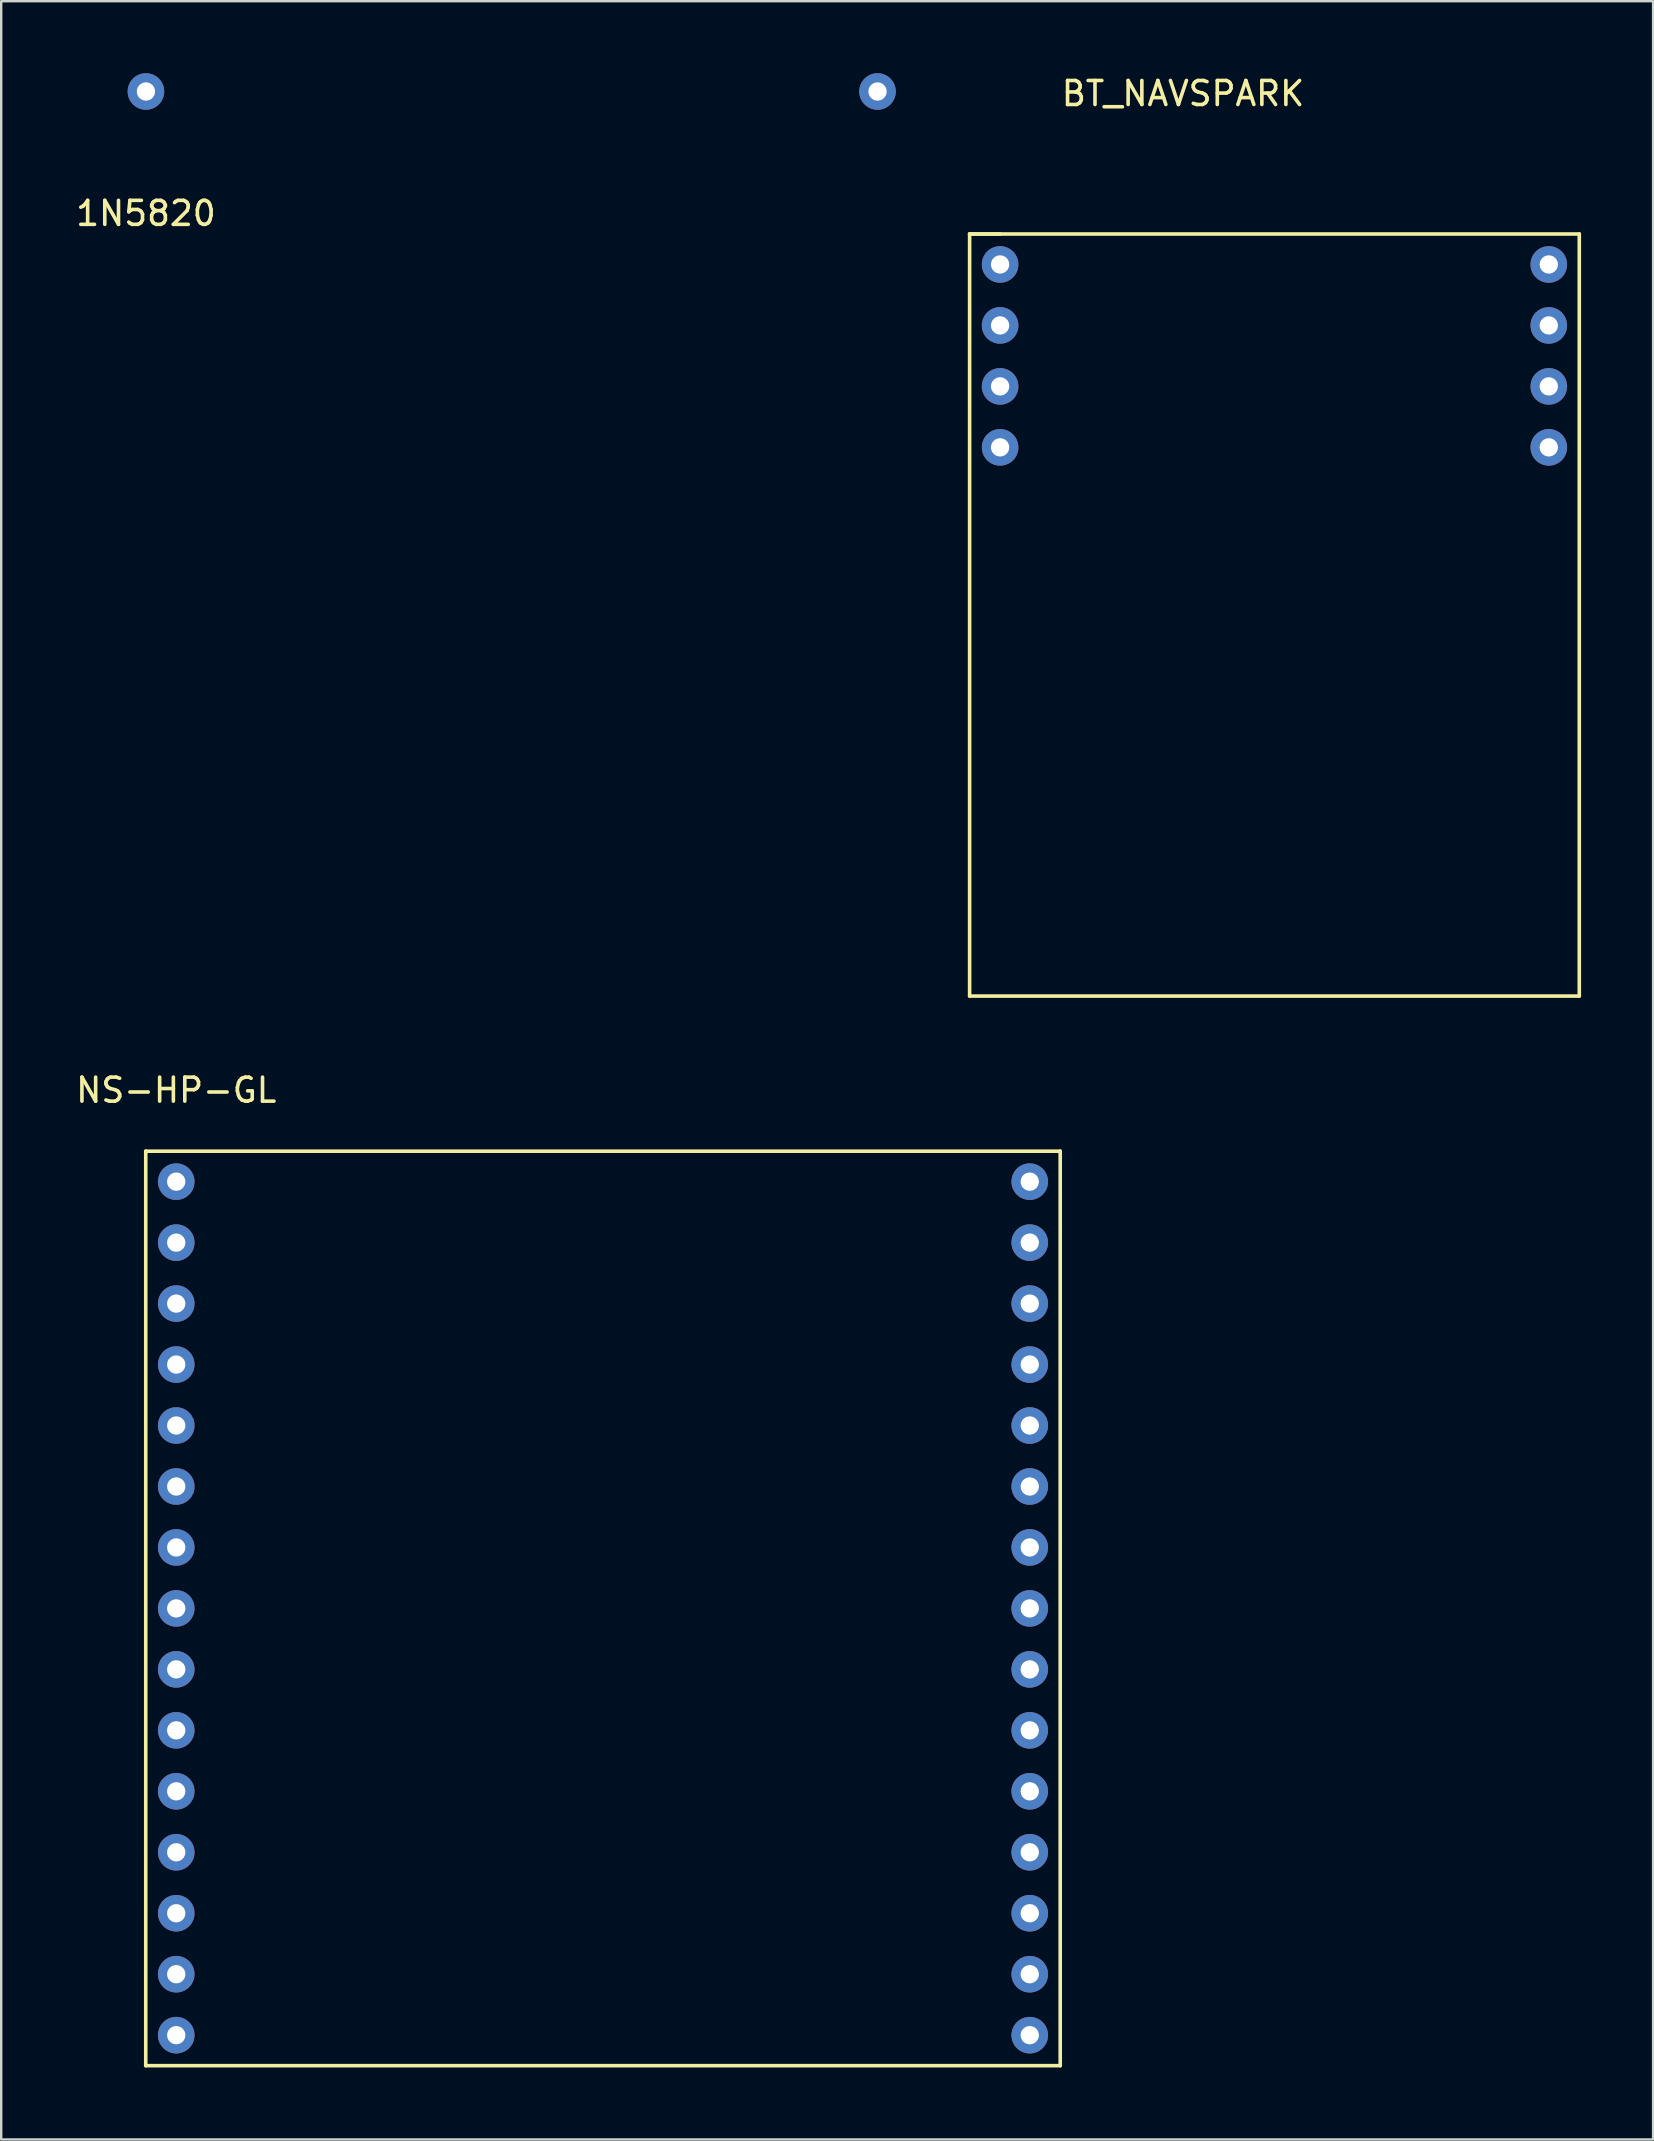
<source format=kicad_pcb>
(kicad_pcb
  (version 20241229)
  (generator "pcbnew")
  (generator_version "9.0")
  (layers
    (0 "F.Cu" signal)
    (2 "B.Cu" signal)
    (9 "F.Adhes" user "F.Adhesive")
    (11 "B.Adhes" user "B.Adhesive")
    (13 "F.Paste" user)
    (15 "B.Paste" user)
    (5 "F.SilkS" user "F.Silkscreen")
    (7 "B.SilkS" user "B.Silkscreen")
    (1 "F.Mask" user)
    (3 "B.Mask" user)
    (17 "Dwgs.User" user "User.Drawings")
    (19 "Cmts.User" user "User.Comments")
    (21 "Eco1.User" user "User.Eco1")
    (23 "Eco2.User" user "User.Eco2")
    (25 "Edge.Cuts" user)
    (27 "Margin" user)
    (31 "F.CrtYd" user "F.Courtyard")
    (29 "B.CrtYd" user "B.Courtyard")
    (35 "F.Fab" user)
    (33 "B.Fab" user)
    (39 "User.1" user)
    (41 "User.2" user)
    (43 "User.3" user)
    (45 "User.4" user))
  (footprint "1N5820"
    (layer "F.Cu")
    (at 3.03 0.762)
    (property "Reference" "1N5820" (at 0 5.08 0) (layer "F.SilkS") (effects (font (size 1 1) (thickness 0.15))))
    (attr through_hole)
    (pad "1" thru_hole circle (at 0 0) (size 1.524 1.524) (drill 0.762) (layers "*.Cu" "*.Mask"))
    (pad "2" thru_hole circle (at 30.48 0) (size 1.524 1.524) (drill 0.762) (layers "*.Cu" "*.Mask")))
  (footprint "NS-HP-GL"
    (layer "F.Cu")
    (at 4.292 46.181)
    (property "Reference" "NS-HP-GL" (at 0 -3.81 0) (layer "F.SilkS") (effects (font (size 1 1) (thickness 0.15))))
    (attr through_hole)
    (fp_line (start -1.27 -1.27) (end -1.27 36.83) (stroke (width 0.15) (type solid)) (layer "F.SilkS"))
    (fp_line (start -1.27 36.83) (end 36.83 36.83) (stroke (width 0.15) (type solid)) (layer "F.SilkS"))
    (fp_line (start 36.83 -1.27) (end -1.27 -1.27) (stroke (width 0.15) (type solid)) (layer "F.SilkS"))
    (fp_line (start 36.83 36.83) (end 36.83 -1.27) (stroke (width 0.15) (type solid)) (layer "F.SilkS"))
    (pad "1" thru_hole circle (at 0 0) (size 1.524 1.524) (drill 0.762) (layers "*.Cu" "*.Mask"))
    (pad "2" thru_hole circle (at 0 2.54) (size 1.524 1.524) (drill 0.762) (layers "*.Cu" "*.Mask"))
    (pad "3" thru_hole circle (at 0 5.08) (size 1.524 1.524) (drill 0.762) (layers "*.Cu" "*.Mask"))
    (pad "4" thru_hole circle (at 0 7.62) (size 1.524 1.524) (drill 0.762) (layers "*.Cu" "*.Mask"))
    (pad "5" thru_hole circle (at 0 10.16) (size 1.524 1.524) (drill 0.762) (layers "*.Cu" "*.Mask"))
    (pad "6" thru_hole circle (at 0 12.7) (size 1.524 1.524) (drill 0.762) (layers "*.Cu" "*.Mask"))
    (pad "7" thru_hole circle (at 0 15.24) (size 1.524 1.524) (drill 0.762) (layers "*.Cu" "*.Mask"))
    (pad "8" thru_hole circle (at 0 17.78) (size 1.524 1.524) (drill 0.762) (layers "*.Cu" "*.Mask"))
    (pad "9" thru_hole circle (at 0 20.32) (size 1.524 1.524) (drill 0.762) (layers "*.Cu" "*.Mask"))
    (pad "10" thru_hole circle (at 0 22.86) (size 1.524 1.524) (drill 0.762) (layers "*.Cu" "*.Mask"))
    (pad "11" thru_hole circle (at 0 25.4) (size 1.524 1.524) (drill 0.762) (layers "*.Cu" "*.Mask"))
    (pad "12" thru_hole circle (at 0 27.94) (size 1.524 1.524) (drill 0.762) (layers "*.Cu" "*.Mask"))
    (pad "13" thru_hole circle (at 0 30.48) (size 1.524 1.524) (drill 0.762) (layers "*.Cu" "*.Mask"))
    (pad "14" thru_hole circle (at 0 33.02) (size 1.524 1.524) (drill 0.762) (layers "*.Cu" "*.Mask"))
    (pad "15" thru_hole circle (at 0 35.56) (size 1.524 1.524) (drill 0.762) (layers "*.Cu" "*.Mask"))
    (pad "16" thru_hole circle (at 35.56 35.56) (size 1.524 1.524) (drill 0.762) (layers "*.Cu" "*.Mask"))
    (pad "17" thru_hole circle (at 35.56 33.02) (size 1.524 1.524) (drill 0.762) (layers "*.Cu" "*.Mask"))
    (pad "18" thru_hole circle (at 35.56 30.48) (size 1.524 1.524) (drill 0.762) (layers "*.Cu" "*.Mask"))
    (pad "19" thru_hole circle (at 35.56 27.94) (size 1.524 1.524) (drill 0.762) (layers "*.Cu" "*.Mask"))
    (pad "20" thru_hole circle (at 35.56 25.4) (size 1.524 1.524) (drill 0.762) (layers "*.Cu" "*.Mask"))
    (pad "21" thru_hole circle (at 35.56 22.86) (size 1.524 1.524) (drill 0.762) (layers "*.Cu" "*.Mask"))
    (pad "22" thru_hole circle (at 35.56 20.32) (size 1.524 1.524) (drill 0.762) (layers "*.Cu" "*.Mask"))
    (pad "23" thru_hole circle (at 35.56 17.78) (size 1.524 1.524) (drill 0.762) (layers "*.Cu" "*.Mask"))
    (pad "24" thru_hole circle (at 35.56 15.24) (size 1.524 1.524) (drill 0.762) (layers "*.Cu" "*.Mask"))
    (pad "25" thru_hole circle (at 35.56 12.7) (size 1.524 1.524) (drill 0.762) (layers "*.Cu" "*.Mask"))
    (pad "26" thru_hole circle (at 35.56 10.16) (size 1.524 1.524) (drill 0.762) (layers "*.Cu" "*.Mask"))
    (pad "27" thru_hole circle (at 35.56 7.62) (size 1.524 1.524) (drill 0.762) (layers "*.Cu" "*.Mask"))
    (pad "28" thru_hole circle (at 35.56 5.08) (size 1.524 1.524) (drill 0.762) (layers "*.Cu" "*.Mask"))
    (pad "29" thru_hole circle (at 35.56 2.54) (size 1.524 1.524) (drill 0.762) (layers "*.Cu" "*.Mask"))
    (pad "30" thru_hole circle (at 35.56 0) (size 1.524 1.524) (drill 0.762) (layers "*.Cu" "*.Mask")))
  (footprint "BT_NAVSPARK"
    (layer "F.Cu")
    (at 38.617 7.968)
    (property "Reference" "BT_NAVSPARK" (at 7.62 -7.12 0) (layer "F.SilkS") (effects (font (size 1 1) (thickness 0.15))))
    (attr through_hole)
    (fp_line (start -1.27 -1.27) (end -1.27 30.48) (stroke (width 0.15) (type solid)) (layer "F.SilkS"))
    (fp_line (start -1.27 -1.27) (end 0 -1.27) (stroke (width 0.15) (type solid)) (layer "F.SilkS"))
    (fp_line (start -1.27 30.48) (end 24.13 30.48) (stroke (width 0.15) (type solid)) (layer "F.SilkS"))
    (fp_line (start 24.13 -1.27) (end -1.27 -1.27) (stroke (width 0.15) (type solid)) (layer "F.SilkS"))
    (fp_line (start 24.13 30.48) (end 24.13 -1.27) (stroke (width 0.15) (type solid)) (layer "F.SilkS"))
    (pad "1" thru_hole circle (at 0 0) (size 1.524 1.524) (drill 0.762) (layers "*.Cu" "*.Mask"))
    (pad "2" thru_hole circle (at 0 2.54) (size 1.524 1.524) (drill 0.762) (layers "*.Cu" "*.Mask"))
    (pad "3" thru_hole circle (at 0 5.08) (size 1.524 1.524) (drill 0.762) (layers "*.Cu" "*.Mask"))
    (pad "4" thru_hole circle (at 0 7.62) (size 1.524 1.524) (drill 0.762) (layers "*.Cu" "*.Mask"))
    (pad "5" thru_hole circle (at 22.86 7.62) (size 1.524 1.524) (drill 0.762) (layers "*.Cu" "*.Mask"))
    (pad "6" thru_hole circle (at 22.86 5.08) (size 1.524 1.524) (drill 0.762) (layers "*.Cu" "*.Mask"))
    (pad "7" thru_hole circle (at 22.86 2.54) (size 1.524 1.524) (drill 0.762) (layers "*.Cu" "*.Mask"))
    (pad "8" thru_hole circle (at 22.86 0) (size 1.524 1.524) (drill 0.762) (layers "*.Cu" "*.Mask")))
  (gr_rect
    (start -3 -3)
    (end 65.822 86.087)
    (stroke (width 0.1) (type default))
    (fill no)
    (layer "Edge.Cuts")))
</source>
